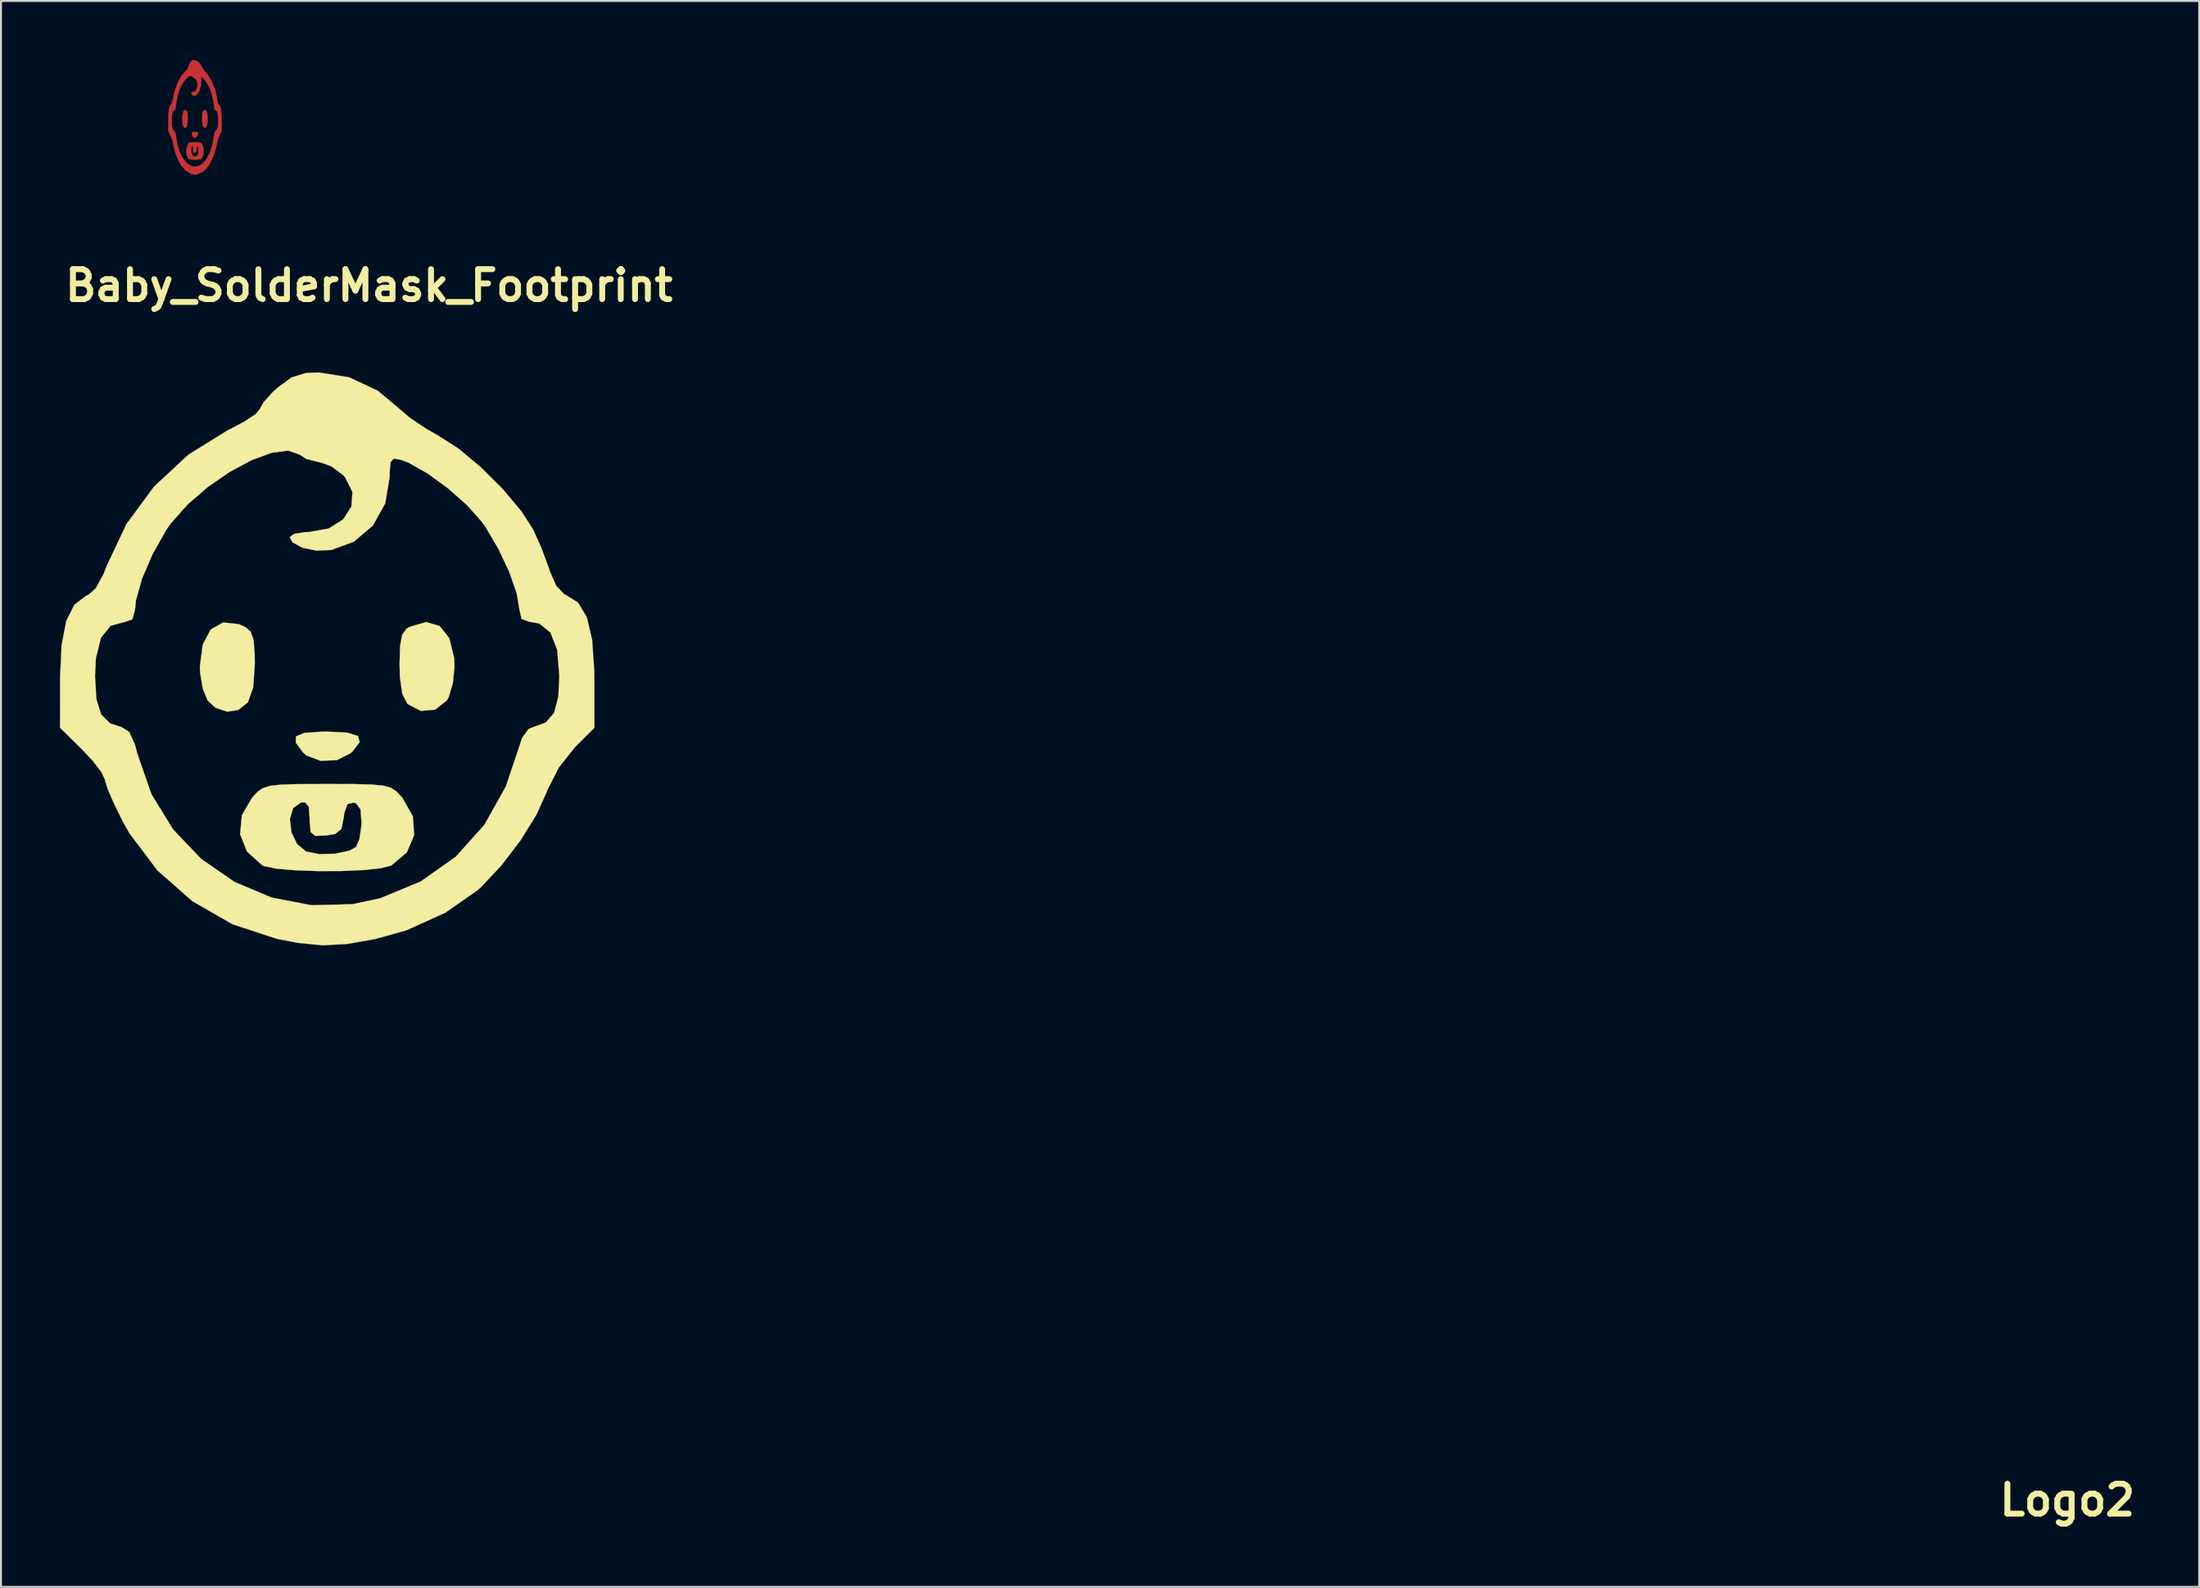
<source format=kicad_pcb>
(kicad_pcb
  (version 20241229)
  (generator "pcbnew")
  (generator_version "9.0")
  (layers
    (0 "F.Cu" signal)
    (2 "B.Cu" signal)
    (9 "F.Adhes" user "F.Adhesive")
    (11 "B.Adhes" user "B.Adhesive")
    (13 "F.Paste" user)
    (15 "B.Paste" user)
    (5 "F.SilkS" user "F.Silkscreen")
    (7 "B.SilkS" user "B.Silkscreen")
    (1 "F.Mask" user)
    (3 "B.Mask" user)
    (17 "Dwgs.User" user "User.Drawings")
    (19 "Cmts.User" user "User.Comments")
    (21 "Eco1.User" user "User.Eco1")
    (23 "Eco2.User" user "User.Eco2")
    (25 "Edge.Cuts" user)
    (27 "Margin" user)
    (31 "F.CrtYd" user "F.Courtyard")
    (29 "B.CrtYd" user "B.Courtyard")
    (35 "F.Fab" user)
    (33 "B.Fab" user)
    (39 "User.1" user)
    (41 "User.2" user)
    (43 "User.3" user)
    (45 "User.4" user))
  (footprint "Baby_SolderMask_Footprint"
    (layer "F.Cu")
    (at 15.719 11.485)
    (property "Reference" "Baby_SolderMask_Footprint" (at 0 0 0) (layer "F.SilkS") (effects (font (size 1.524 1.524) (thickness 0.3))))
    (attr through_hole)
    (fp_poly (pts (xy -8.75 -7.813) (xy -8.695 -7.778) (xy -8.687 -7.717) (xy -8.722 -7.624) (xy -8.733 -7.602) (xy -8.803 -7.533) (xy -8.885 -7.526) (xy -8.958 -7.581) (xy -8.975 -7.611) (xy -9.012 -7.711) (xy -9.011 -7.775) (xy -8.968 -7.81) (xy -8.879 -7.823) (xy -8.852 -7.823) (xy -8.75 -7.813)) (stroke (width 0.01) (type solid)) (fill yes) (layer "F.Cu"))
    (fp_poly (pts (xy -9.301 -8.917) (xy -9.269 -8.888) (xy -9.242 -8.841) (xy -9.227 -8.757) (xy -9.221 -8.611) (xy -9.22 -8.511) (xy -9.228 -8.274) (xy -9.255 -8.122) (xy -9.304 -8.044) (xy -9.36 -8.026) (xy -9.421 -8.067) (xy -9.46 -8.139) (xy -9.485 -8.26) (xy -9.498 -8.426) (xy -9.5 -8.484) (xy -9.485 -8.71) (xy -9.444 -8.863) (xy -9.382 -8.934) (xy -9.301 -8.917)) (stroke (width 0.01) (type solid)) (fill yes) (layer "F.Cu"))
    (fp_poly (pts (xy -8.28 -8.898) (xy -8.23 -8.773) (xy -8.206 -8.572) (xy -8.204 -8.484) (xy -8.213 -8.315) (xy -8.234 -8.172) (xy -8.244 -8.139) (xy -8.303 -8.047) (xy -8.376 -8.034) (xy -8.443 -8.105) (xy -8.444 -8.106) (xy -8.47 -8.205) (xy -8.482 -8.38) (xy -8.484 -8.511) (xy -8.481 -8.697) (xy -8.471 -8.807) (xy -8.45 -8.868) (xy -8.434 -8.888) (xy -8.349 -8.939) (xy -8.28 -8.898)) (stroke (width 0.01) (type solid)) (fill yes) (layer "F.Cu"))
    (fp_poly (pts (xy -8.719 -7.289) (xy -8.627 -7.285) (xy -8.566 -7.273) (xy -8.527 -7.25) (xy -8.499 -7.213) (xy -8.473 -7.158) (xy -8.469 -7.147) (xy -8.416 -6.961) (xy -8.409 -6.769) (xy -8.446 -6.595) (xy -8.525 -6.461) (xy -8.526 -6.46) (xy -8.579 -6.433) (xy -8.668 -6.414) (xy -8.779 -6.404) (xy -8.899 -6.404) (xy -9.014 -6.412) (xy -9.109 -6.428) (xy -9.172 -6.453) (xy -9.182 -6.462) (xy -9.26 -6.602) (xy -9.295 -6.779) (xy -9.288 -6.932) (xy -9.041 -6.932) (xy -9.034 -6.799) (xy -9.005 -6.677) (xy -8.959 -6.603) (xy -8.892 -6.576) (xy -8.811 -6.58) (xy -8.739 -6.611) (xy -8.705 -6.649) (xy -8.688 -6.729) (xy -8.678 -6.862) (xy -8.677 -6.891) (xy -8.682 -7.029) (xy -8.705 -7.093) (xy -8.717 -7.101) (xy -8.749 -7.086) (xy -8.765 -6.995) (xy -8.768 -6.95) (xy -8.78 -6.832) (xy -8.812 -6.781) (xy -8.858 -6.766) (xy -8.913 -6.762) (xy -8.936 -6.8) (xy -8.941 -6.906) (xy -8.941 -6.935) (xy -8.946 -7.058) (xy -8.964 -7.103) (xy -8.985 -7.102) (xy -9.026 -7.044) (xy -9.041 -6.932) (xy -9.288 -6.932) (xy -9.286 -6.972) (xy -9.235 -7.147) (xy -9.208 -7.206) (xy -9.181 -7.246) (xy -9.145 -7.271) (xy -9.088 -7.284) (xy -9.001 -7.289) (xy -8.875 -7.29) (xy -8.852 -7.29) (xy -8.719 -7.289)) (stroke (width 0.01) (type solid)) (fill yes) (layer "F.Cu"))
    (fp_poly (pts (xy -8.74 -11.43) (xy -8.595 -11.294) (xy -8.499 -11.134) (xy -8.434 -11.022) (xy -8.346 -10.903) (xy -8.29 -10.84) (xy -8.185 -10.706) (xy -8.07 -10.514) (xy -7.958 -10.291) (xy -7.863 -10.065) (xy -7.804 -9.88) (xy -7.762 -9.692) (xy -7.725 -9.492) (xy -7.721 -9.462) (xy -7.687 -9.307) (xy -7.646 -9.222) (xy -7.64 -9.217) (xy -7.576 -9.137) (xy -7.531 -8.987) (xy -7.504 -8.758) (xy -7.493 -8.441) (xy -7.493 -8.363) (xy -7.493 -7.862) (xy -7.593 -7.662) (xy -7.673 -7.46) (xy -7.731 -7.234) (xy -7.735 -7.211) (xy -7.787 -6.98) (xy -7.867 -6.72) (xy -7.964 -6.464) (xy -8.066 -6.246) (xy -8.086 -6.21) (xy -8.252 -5.979) (xy -8.449 -5.801) (xy -8.607 -5.712) (xy -8.752 -5.661) (xy -8.875 -5.648) (xy -9.001 -5.673) (xy -9.108 -5.714) (xy -9.334 -5.863) (xy -9.539 -6.098) (xy -9.715 -6.41) (xy -9.858 -6.788) (xy -9.89 -6.902) (xy -9.934 -7.08) (xy -9.967 -7.23) (xy -9.982 -7.324) (xy -9.982 -7.333) (xy -9.999 -7.408) (xy -10.044 -7.525) (xy -10.097 -7.637) (xy -10.211 -7.863) (xy -10.211 -8.364) (xy -10.21 -8.39) (xy -10.033 -8.39) (xy -10.026 -8.153) (xy -10.002 -7.998) (xy -9.957 -7.907) (xy -9.895 -7.867) (xy -9.859 -7.819) (xy -9.831 -7.697) (xy -9.817 -7.595) (xy -9.746 -7.185) (xy -9.636 -6.827) (xy -9.493 -6.528) (xy -9.324 -6.294) (xy -9.135 -6.134) (xy -8.933 -6.056) (xy -8.723 -6.066) (xy -8.583 -6.126) (xy -8.376 -6.298) (xy -8.198 -6.55) (xy -8.052 -6.874) (xy -7.944 -7.262) (xy -7.89 -7.582) (xy -7.86 -7.76) (xy -7.827 -7.85) (xy -7.808 -7.867) (xy -7.74 -7.916) (xy -7.697 -8.015) (xy -7.676 -8.179) (xy -7.671 -8.39) (xy -7.682 -8.655) (xy -7.716 -8.832) (xy -7.774 -8.925) (xy -7.823 -8.941) (xy -7.863 -8.971) (xy -7.874 -9.066) (xy -7.888 -9.233) (xy -7.926 -9.449) (xy -7.981 -9.683) (xy -8.045 -9.902) (xy -8.066 -9.961) (xy -8.14 -10.128) (xy -8.237 -10.3) (xy -8.342 -10.452) (xy -8.437 -10.56) (xy -8.477 -10.591) (xy -8.513 -10.603) (xy -8.53 -10.566) (xy -8.534 -10.457) (xy -8.534 -10.415) (xy -8.557 -10.146) (xy -8.62 -9.921) (xy -8.717 -9.756) (xy -8.831 -9.672) (xy -8.907 -9.666) (xy -8.978 -9.696) (xy -9.029 -9.751) (xy -9.042 -9.803) (xy -9.02 -9.836) (xy -8.964 -9.854) (xy -8.944 -9.855) (xy -8.845 -9.89) (xy -8.771 -9.983) (xy -8.729 -10.114) (xy -8.723 -10.264) (xy -8.761 -10.413) (xy -8.772 -10.437) (xy -8.831 -10.525) (xy -8.888 -10.566) (xy -8.893 -10.566) (xy -8.958 -10.6) (xy -8.992 -10.642) (xy -9.05 -10.684) (xy -9.135 -10.662) (xy -9.237 -10.586) (xy -9.348 -10.467) (xy -9.459 -10.314) (xy -9.561 -10.137) (xy -9.646 -9.946) (xy -9.672 -9.873) (xy -9.741 -9.626) (xy -9.794 -9.378) (xy -9.825 -9.16) (xy -9.83 -9.061) (xy -9.843 -8.965) (xy -9.881 -8.941) (xy -9.954 -8.901) (xy -10.003 -8.778) (xy -10.029 -8.568) (xy -10.033 -8.39) (xy -10.21 -8.39) (xy -10.203 -8.701) (xy -10.179 -8.949) (xy -10.138 -9.115) (xy -10.078 -9.207) (xy -10.066 -9.215) (xy -10.029 -9.282) (xy -9.99 -9.423) (xy -9.973 -9.512) (xy -9.873 -9.935) (xy -9.732 -10.318) (xy -9.558 -10.642) (xy -9.359 -10.89) (xy -9.351 -10.897) (xy -9.272 -10.98) (xy -9.216 -11.055) (xy -9.195 -11.105) (xy -9.195 -11.105) (xy -9.177 -11.172) (xy -9.132 -11.273) (xy -9.105 -11.323) (xy -9.033 -11.429) (xy -8.962 -11.473) (xy -8.895 -11.48) (xy -8.74 -11.43)) (stroke (width 0.01) (type solid)) (fill yes) (layer "F.Cu")))
  (footprint "Logo2"
    (layer "F.Cu")
    (at 102.113 73.306)
    (property "Reference" "Logo2" (at 0 0 0) (layer "F.SilkS") (effects (font (size 1.524 1.524) (thickness 0.3))))
    (attr through_hole)
    (fp_poly (pts (xy -87.497 -39.063) (xy -86.953 -38.892) (xy -86.867 -38.583) (xy -87.219 -38.119) (xy -87.333 -38.012) (xy -88.03 -37.666) (xy -88.854 -37.631) (xy -89.576 -37.903) (xy -89.75 -38.057) (xy -90.116 -38.556) (xy -90.105 -38.876) (xy -89.677 -39.051) (xy -88.794 -39.114) (xy -88.519 -39.116) (xy -87.497 -39.063)) (stroke (width 0.01) (type solid)) (fill yes) (layer "F.SilkS"))
    (fp_poly (pts (xy -93.015 -44.586) (xy -92.693 -44.441) (xy -92.417 -44.205) (xy -92.266 -43.787) (xy -92.207 -43.055) (xy -92.202 -42.554) (xy -92.284 -41.369) (xy -92.552 -40.61) (xy -93.041 -40.219) (xy -93.603 -40.132) (xy -94.205 -40.333) (xy -94.601 -40.697) (xy -94.846 -41.3) (xy -94.985 -42.13) (xy -94.996 -42.418) (xy -94.851 -43.549) (xy -94.444 -44.313) (xy -93.817 -44.671) (xy -93.015 -44.586)) (stroke (width 0.01) (type solid)) (fill yes) (layer "F.SilkS"))
    (fp_poly (pts (xy -82.795 -44.489) (xy -82.305 -43.866) (xy -82.061 -42.862) (xy -82.042 -42.418) (xy -82.128 -41.575) (xy -82.344 -40.862) (xy -82.437 -40.697) (xy -83.031 -40.235) (xy -83.761 -40.172) (xy -84.431 -40.525) (xy -84.437 -40.531) (xy -84.695 -41.026) (xy -84.82 -41.901) (xy -84.836 -42.554) (xy -84.809 -43.483) (xy -84.707 -44.035) (xy -84.495 -44.342) (xy -84.345 -44.441) (xy -83.49 -44.693) (xy -82.795 -44.489)) (stroke (width 0.01) (type solid)) (fill yes) (layer "F.SilkS"))
    (fp_poly (pts (xy -87.19 -36.446) (xy -86.271 -36.424) (xy -85.664 -36.366) (xy -85.27 -36.252) (xy -84.992 -36.066) (xy -84.731 -35.788) (xy -84.687 -35.736) (xy -84.162 -34.803) (xy -84.094 -33.846) (xy -84.465 -32.975) (xy -85.255 -32.304) (xy -85.264 -32.299) (xy -85.79 -32.163) (xy -86.679 -32.07) (xy -87.792 -32.022) (xy -88.991 -32.018) (xy -90.138 -32.058) (xy -91.094 -32.141) (xy -91.722 -32.267) (xy -91.821 -32.311) (xy -92.598 -33.008) (xy -92.949 -33.894) (xy -92.877 -34.659) (xy -90.415 -34.659) (xy -90.339 -33.993) (xy -90.047 -33.385) (xy -89.591 -33.013) (xy -88.925 -32.88) (xy -88.113 -32.901) (xy -87.39 -33.056) (xy -87.047 -33.247) (xy -86.879 -33.645) (xy -86.779 -34.312) (xy -86.772 -34.454) (xy -86.819 -35.147) (xy -87.047 -35.463) (xy -87.168 -35.503) (xy -87.487 -35.429) (xy -87.649 -34.974) (xy -87.676 -34.75) (xy -87.797 -34.162) (xy -88.116 -33.906) (xy -88.582 -33.829) (xy -89.128 -33.812) (xy -89.358 -33.999) (xy -89.408 -34.528) (xy -89.408 -34.674) (xy -89.456 -35.289) (xy -89.641 -35.517) (xy -89.85 -35.512) (xy -90.257 -35.22) (xy -90.415 -34.659) (xy -92.877 -34.659) (xy -92.858 -34.859) (xy -92.351 -35.736) (xy -92.084 -36.03) (xy -91.815 -36.229) (xy -91.445 -36.353) (xy -90.877 -36.418) (xy -90.011 -36.444) (xy -88.751 -36.449) (xy -88.519 -36.449) (xy -87.19 -36.446)) (stroke (width 0.01) (type solid)) (fill yes) (layer "F.SilkS"))
    (fp_poly (pts (xy -87.401 -57.151) (xy -85.955 -56.472) (xy -84.991 -55.67) (xy -84.337 -55.108) (xy -83.458 -54.514) (xy -82.896 -54.2) (xy -81.851 -53.53) (xy -80.699 -52.568) (xy -79.58 -51.453) (xy -78.634 -50.323) (xy -78.041 -49.398) (xy -77.62 -48.459) (xy -77.252 -47.462) (xy -77.206 -47.312) (xy -76.869 -46.536) (xy -76.461 -46.109) (xy -76.398 -46.083) (xy -75.76 -45.686) (xy -75.312 -44.935) (xy -75.042 -43.789) (xy -74.934 -42.206) (xy -74.931 -41.817) (xy -74.93 -39.31) (xy -75.93 -38.31) (xy -76.729 -37.3) (xy -77.307 -36.171) (xy -77.348 -36.054) (xy -77.869 -34.899) (xy -78.674 -33.599) (xy -79.645 -32.321) (xy -80.664 -31.232) (xy -80.863 -31.051) (xy -82.517 -29.895) (xy -84.487 -29.006) (xy -86.073 -28.56) (xy -87.521 -28.306) (xy -88.749 -28.241) (xy -90.011 -28.364) (xy -91.084 -28.571) (xy -93.339 -29.314) (xy -95.385 -30.492) (xy -97.155 -32.052) (xy -98.577 -33.941) (xy -98.898 -34.511) (xy -99.339 -35.399) (xy -99.666 -36.149) (xy -99.818 -36.619) (xy -99.822 -36.665) (xy -99.993 -37.041) (xy -100.438 -37.623) (xy -100.965 -38.187) (xy -102.108 -39.314) (xy -102.107 -41.819) (xy -102.101 -41.949) (xy -100.33 -41.949) (xy -100.26 -40.767) (xy -100.021 -39.992) (xy -99.566 -39.537) (xy -98.952 -39.333) (xy -98.59 -39.096) (xy -98.307 -38.484) (xy -98.171 -37.973) (xy -97.459 -35.927) (xy -96.357 -34.136) (xy -94.93 -32.638) (xy -93.241 -31.47) (xy -91.353 -30.672) (xy -89.329 -30.279) (xy -87.234 -30.331) (xy -85.835 -30.629) (xy -83.761 -31.488) (xy -81.979 -32.748) (xy -80.525 -34.368) (xy -79.438 -36.308) (xy -78.897 -37.91) (xy -78.602 -38.799) (xy -78.271 -39.25) (xy -78.076 -39.333) (xy -77.399 -39.58) (xy -76.975 -40.073) (xy -76.76 -40.897) (xy -76.708 -41.949) (xy -76.819 -43.276) (xy -77.16 -44.162) (xy -77.738 -44.624) (xy -78.232 -44.704) (xy -78.632 -44.855) (xy -78.74 -45.33) (xy -78.881 -46.165) (xy -79.26 -47.246) (xy -79.807 -48.415) (xy -80.453 -49.51) (xy -80.66 -49.804) (xy -81.403 -50.641) (xy -82.374 -51.5) (xy -83.416 -52.259) (xy -84.374 -52.802) (xy -84.772 -52.954) (xy -85.134 -53.013) (xy -85.299 -52.829) (xy -85.343 -52.285) (xy -85.344 -52.075) (xy -85.569 -50.729) (xy -86.198 -49.604) (xy -87.168 -48.781) (xy -88.31 -48.362) (xy -89.07 -48.331) (xy -89.785 -48.479) (xy -90.287 -48.753) (xy -90.424 -49.017) (xy -90.199 -49.181) (xy -89.639 -49.27) (xy -89.436 -49.276) (xy -88.445 -49.452) (xy -87.71 -49.916) (xy -87.287 -50.57) (xy -87.234 -51.318) (xy -87.609 -52.063) (xy -87.721 -52.184) (xy -88.312 -52.624) (xy -88.885 -52.83) (xy -88.932 -52.832) (xy -89.584 -53) (xy -89.915 -53.212) (xy -90.499 -53.42) (xy -91.347 -53.31) (xy -92.37 -52.932) (xy -93.48 -52.335) (xy -94.591 -51.57) (xy -95.614 -50.685) (xy -96.462 -49.73) (xy -96.716 -49.367) (xy -97.412 -48.13) (xy -97.943 -46.89) (xy -98.248 -45.8) (xy -98.298 -45.307) (xy -98.431 -44.826) (xy -98.806 -44.704) (xy -99.54 -44.503) (xy -100.03 -43.888) (xy -100.286 -42.842) (xy -100.33 -41.949) (xy -102.101 -41.949) (xy -102.03 -43.506) (xy -101.791 -44.746) (xy -101.378 -45.576) (xy -100.777 -46.035) (xy -100.662 -46.076) (xy -100.293 -46.41) (xy -99.905 -47.115) (xy -99.731 -47.559) (xy -98.733 -49.676) (xy -97.322 -51.591) (xy -95.58 -53.212) (xy -93.587 -54.449) (xy -93.507 -54.487) (xy -92.723 -54.901) (xy -92.163 -55.274) (xy -91.948 -55.527) (xy -91.948 -55.527) (xy -91.771 -55.861) (xy -91.322 -56.363) (xy -91.05 -56.616) (xy -90.333 -57.143) (xy -89.619 -57.366) (xy -88.955 -57.398) (xy -87.401 -57.151)) (stroke (width 0.01) (type solid)) (fill yes) (layer "F.SilkS")))
  (gr_rect
    (start -3 -3)
    (end 108.821 77.724)
    (stroke (width 0.1) (type default))
    (fill no)
    (layer "Edge.Cuts")))
</source>
